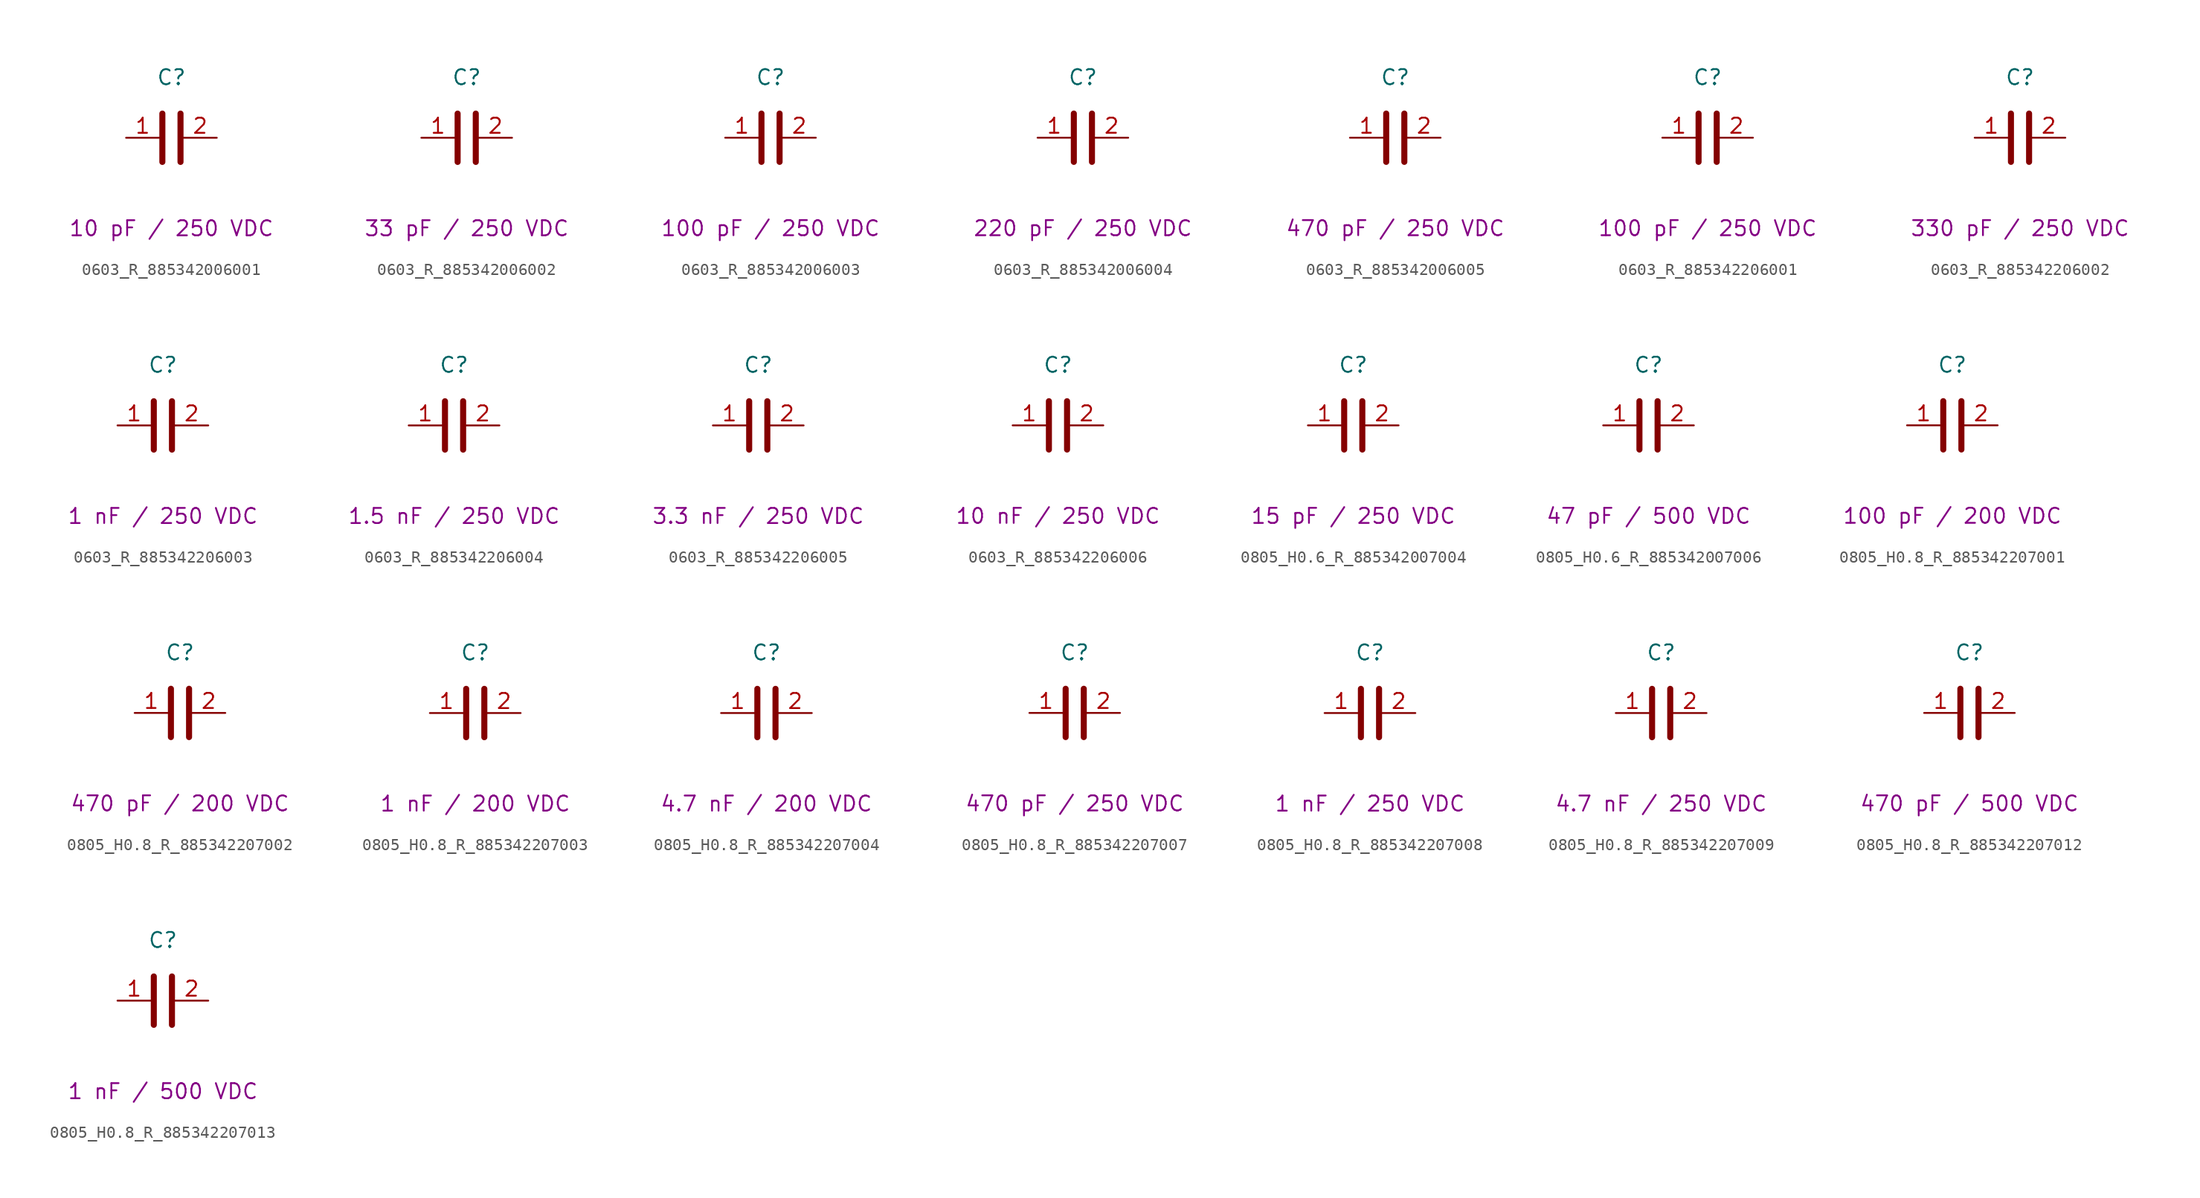
<source format=kicad_sym>
(kicad_symbol_lib
  (version 20220914)
  (generator kicad_symbol_editor)
  (symbol "0603_R_885342006001"
    (pin_names hide)
    (property "Reference" "C"
      (at 0 5.08 0)
      (effects (font (size 1.27 1.27))))
    (property "Critical Parameter" "10 pF / 250 VDC"
      (at 0 -7.62 0)
      (effects (font (size 1.27 1.27))))
    (symbol "0603_R_885342006001_0_1"
      (polyline (pts (xy -0.762 -2.032) (xy -0.762 2.032)) (stroke (width 0.508) (type default)) (fill (type none)))
      (polyline (pts (xy 0.762 -2.032) (xy 0.762 2.032)) (stroke (width 0.508) (type default)) (fill (type none))))
    (symbol "0603_R_885342006001_1_1"
      (pin passive line (at -3.81 0 0) (length 2.794) (name "1" (effects (font (size 1.27 1.27)))) (number "1" (effects (font (size 1.27 1.27)))))
      (pin passive line (at 3.81 0 180) (length 2.794) (name "2" (effects (font (size 1.27 1.27)))) (number "2" (effects (font (size 1.27 1.27)))))))
  (symbol "0603_R_885342006002"
    (pin_names hide)
    (property "Reference" "C"
      (at 0 5.08 0)
      (effects (font (size 1.27 1.27))))
    (property "Critical Parameter" "33 pF / 250 VDC"
      (at 0 -7.62 0)
      (effects (font (size 1.27 1.27))))
    (symbol "0603_R_885342006002_0_1"
      (polyline (pts (xy -0.762 -2.032) (xy -0.762 2.032)) (stroke (width 0.508) (type default)) (fill (type none)))
      (polyline (pts (xy 0.762 -2.032) (xy 0.762 2.032)) (stroke (width 0.508) (type default)) (fill (type none))))
    (symbol "0603_R_885342006002_1_1"
      (pin passive line (at -3.81 0 0) (length 2.794) (name "1" (effects (font (size 1.27 1.27)))) (number "1" (effects (font (size 1.27 1.27)))))
      (pin passive line (at 3.81 0 180) (length 2.794) (name "2" (effects (font (size 1.27 1.27)))) (number "2" (effects (font (size 1.27 1.27)))))))
  (symbol "0603_R_885342006003"
    (pin_names hide)
    (property "Reference" "C"
      (at 0 5.08 0)
      (effects (font (size 1.27 1.27))))
    (property "Critical Parameter" "100 pF / 250 VDC"
      (at 0 -7.62 0)
      (effects (font (size 1.27 1.27))))
    (symbol "0603_R_885342006003_0_1"
      (polyline (pts (xy -0.762 -2.032) (xy -0.762 2.032)) (stroke (width 0.508) (type default)) (fill (type none)))
      (polyline (pts (xy 0.762 -2.032) (xy 0.762 2.032)) (stroke (width 0.508) (type default)) (fill (type none))))
    (symbol "0603_R_885342006003_1_1"
      (pin passive line (at -3.81 0 0) (length 2.794) (name "1" (effects (font (size 1.27 1.27)))) (number "1" (effects (font (size 1.27 1.27)))))
      (pin passive line (at 3.81 0 180) (length 2.794) (name "2" (effects (font (size 1.27 1.27)))) (number "2" (effects (font (size 1.27 1.27)))))))
  (symbol "0603_R_885342006004"
    (pin_names hide)
    (property "Reference" "C"
      (at 0 5.08 0)
      (effects (font (size 1.27 1.27))))
    (property "Critical Parameter" "220 pF / 250 VDC"
      (at 0 -7.62 0)
      (effects (font (size 1.27 1.27))))
    (symbol "0603_R_885342006004_0_1"
      (polyline (pts (xy -0.762 -2.032) (xy -0.762 2.032)) (stroke (width 0.508) (type default)) (fill (type none)))
      (polyline (pts (xy 0.762 -2.032) (xy 0.762 2.032)) (stroke (width 0.508) (type default)) (fill (type none))))
    (symbol "0603_R_885342006004_1_1"
      (pin passive line (at -3.81 0 0) (length 2.794) (name "1" (effects (font (size 1.27 1.27)))) (number "1" (effects (font (size 1.27 1.27)))))
      (pin passive line (at 3.81 0 180) (length 2.794) (name "2" (effects (font (size 1.27 1.27)))) (number "2" (effects (font (size 1.27 1.27)))))))
  (symbol "0603_R_885342006005"
    (pin_names hide)
    (property "Reference" "C"
      (at 0 5.08 0)
      (effects (font (size 1.27 1.27))))
    (property "Critical Parameter" "470 pF / 250 VDC"
      (at 0 -7.62 0)
      (effects (font (size 1.27 1.27))))
    (symbol "0603_R_885342006005_0_1"
      (polyline (pts (xy -0.762 -2.032) (xy -0.762 2.032)) (stroke (width 0.508) (type default)) (fill (type none)))
      (polyline (pts (xy 0.762 -2.032) (xy 0.762 2.032)) (stroke (width 0.508) (type default)) (fill (type none))))
    (symbol "0603_R_885342006005_1_1"
      (pin passive line (at -3.81 0 0) (length 2.794) (name "1" (effects (font (size 1.27 1.27)))) (number "1" (effects (font (size 1.27 1.27)))))
      (pin passive line (at 3.81 0 180) (length 2.794) (name "2" (effects (font (size 1.27 1.27)))) (number "2" (effects (font (size 1.27 1.27)))))))
  (symbol "0603_R_885342206001"
    (pin_names hide)
    (property "Reference" "C"
      (at 0 5.08 0)
      (effects (font (size 1.27 1.27))))
    (property "Critical Parameter" "100 pF / 250 VDC"
      (at 0 -7.62 0)
      (effects (font (size 1.27 1.27))))
    (symbol "0603_R_885342206001_0_1"
      (polyline (pts (xy -0.762 -2.032) (xy -0.762 2.032)) (stroke (width 0.508) (type default)) (fill (type none)))
      (polyline (pts (xy 0.762 -2.032) (xy 0.762 2.032)) (stroke (width 0.508) (type default)) (fill (type none))))
    (symbol "0603_R_885342206001_1_1"
      (pin passive line (at -3.81 0 0) (length 2.794) (name "1" (effects (font (size 1.27 1.27)))) (number "1" (effects (font (size 1.27 1.27)))))
      (pin passive line (at 3.81 0 180) (length 2.794) (name "2" (effects (font (size 1.27 1.27)))) (number "2" (effects (font (size 1.27 1.27)))))))
  (symbol "0603_R_885342206002"
    (pin_names hide)
    (property "Reference" "C"
      (at 0 5.08 0)
      (effects (font (size 1.27 1.27))))
    (property "Critical Parameter" "330 pF / 250 VDC"
      (at 0 -7.62 0)
      (effects (font (size 1.27 1.27))))
    (symbol "0603_R_885342206002_0_1"
      (polyline (pts (xy -0.762 -2.032) (xy -0.762 2.032)) (stroke (width 0.508) (type default)) (fill (type none)))
      (polyline (pts (xy 0.762 -2.032) (xy 0.762 2.032)) (stroke (width 0.508) (type default)) (fill (type none))))
    (symbol "0603_R_885342206002_1_1"
      (pin passive line (at -3.81 0 0) (length 2.794) (name "1" (effects (font (size 1.27 1.27)))) (number "1" (effects (font (size 1.27 1.27)))))
      (pin passive line (at 3.81 0 180) (length 2.794) (name "2" (effects (font (size 1.27 1.27)))) (number "2" (effects (font (size 1.27 1.27)))))))
  (symbol "0603_R_885342206003"
    (pin_names hide)
    (property "Reference" "C"
      (at 0 5.08 0)
      (effects (font (size 1.27 1.27))))
    (property "Critical Parameter" "1 nF / 250 VDC"
      (at 0 -7.62 0)
      (effects (font (size 1.27 1.27))))
    (symbol "0603_R_885342206003_0_1"
      (polyline (pts (xy -0.762 -2.032) (xy -0.762 2.032)) (stroke (width 0.508) (type default)) (fill (type none)))
      (polyline (pts (xy 0.762 -2.032) (xy 0.762 2.032)) (stroke (width 0.508) (type default)) (fill (type none))))
    (symbol "0603_R_885342206003_1_1"
      (pin passive line (at -3.81 0 0) (length 2.794) (name "1" (effects (font (size 1.27 1.27)))) (number "1" (effects (font (size 1.27 1.27)))))
      (pin passive line (at 3.81 0 180) (length 2.794) (name "2" (effects (font (size 1.27 1.27)))) (number "2" (effects (font (size 1.27 1.27)))))))
  (symbol "0603_R_885342206004"
    (pin_names hide)
    (property "Reference" "C"
      (at 0 5.08 0)
      (effects (font (size 1.27 1.27))))
    (property "Critical Parameter" "1.5 nF / 250 VDC"
      (at 0 -7.62 0)
      (effects (font (size 1.27 1.27))))
    (symbol "0603_R_885342206004_0_1"
      (polyline (pts (xy -0.762 -2.032) (xy -0.762 2.032)) (stroke (width 0.508) (type default)) (fill (type none)))
      (polyline (pts (xy 0.762 -2.032) (xy 0.762 2.032)) (stroke (width 0.508) (type default)) (fill (type none))))
    (symbol "0603_R_885342206004_1_1"
      (pin passive line (at -3.81 0 0) (length 2.794) (name "1" (effects (font (size 1.27 1.27)))) (number "1" (effects (font (size 1.27 1.27)))))
      (pin passive line (at 3.81 0 180) (length 2.794) (name "2" (effects (font (size 1.27 1.27)))) (number "2" (effects (font (size 1.27 1.27)))))))
  (symbol "0603_R_885342206005"
    (pin_names hide)
    (property "Reference" "C"
      (at 0 5.08 0)
      (effects (font (size 1.27 1.27))))
    (property "Critical Parameter" "3.3 nF / 250 VDC"
      (at 0 -7.62 0)
      (effects (font (size 1.27 1.27))))
    (symbol "0603_R_885342206005_0_1"
      (polyline (pts (xy -0.762 -2.032) (xy -0.762 2.032)) (stroke (width 0.508) (type default)) (fill (type none)))
      (polyline (pts (xy 0.762 -2.032) (xy 0.762 2.032)) (stroke (width 0.508) (type default)) (fill (type none))))
    (symbol "0603_R_885342206005_1_1"
      (pin passive line (at -3.81 0 0) (length 2.794) (name "1" (effects (font (size 1.27 1.27)))) (number "1" (effects (font (size 1.27 1.27)))))
      (pin passive line (at 3.81 0 180) (length 2.794) (name "2" (effects (font (size 1.27 1.27)))) (number "2" (effects (font (size 1.27 1.27)))))))
  (symbol "0603_R_885342206006"
    (pin_names hide)
    (property "Reference" "C"
      (at 0 5.08 0)
      (effects (font (size 1.27 1.27))))
    (property "Critical Parameter" "10 nF / 250 VDC"
      (at 0 -7.62 0)
      (effects (font (size 1.27 1.27))))
    (symbol "0603_R_885342206006_0_1"
      (polyline (pts (xy -0.762 -2.032) (xy -0.762 2.032)) (stroke (width 0.508) (type default)) (fill (type none)))
      (polyline (pts (xy 0.762 -2.032) (xy 0.762 2.032)) (stroke (width 0.508) (type default)) (fill (type none))))
    (symbol "0603_R_885342206006_1_1"
      (pin passive line (at -3.81 0 0) (length 2.794) (name "1" (effects (font (size 1.27 1.27)))) (number "1" (effects (font (size 1.27 1.27)))))
      (pin passive line (at 3.81 0 180) (length 2.794) (name "2" (effects (font (size 1.27 1.27)))) (number "2" (effects (font (size 1.27 1.27)))))))
  (symbol "0805_H0.6_R_885342007004"
    (pin_names hide)
    (property "Reference" "C"
      (at 0 5.08 0)
      (effects (font (size 1.27 1.27))))
    (property "Critical Parameter" "15 pF / 250 VDC"
      (at 0 -7.62 0)
      (effects (font (size 1.27 1.27))))
    (symbol "0805_H0.6_R_885342007004_0_1"
      (polyline (pts (xy -0.762 -2.032) (xy -0.762 2.032)) (stroke (width 0.508) (type default)) (fill (type none)))
      (polyline (pts (xy 0.762 -2.032) (xy 0.762 2.032)) (stroke (width 0.508) (type default)) (fill (type none))))
    (symbol "0805_H0.6_R_885342007004_1_1"
      (pin passive line (at -3.81 0 0) (length 2.794) (name "1" (effects (font (size 1.27 1.27)))) (number "1" (effects (font (size 1.27 1.27)))))
      (pin passive line (at 3.81 0 180) (length 2.794) (name "2" (effects (font (size 1.27 1.27)))) (number "2" (effects (font (size 1.27 1.27)))))))
  (symbol "0805_H0.6_R_885342007006"
    (pin_names hide)
    (property "Reference" "C"
      (at 0 5.08 0)
      (effects (font (size 1.27 1.27))))
    (property "Critical Parameter" "47 pF / 500 VDC"
      (at 0 -7.62 0)
      (effects (font (size 1.27 1.27))))
    (symbol "0805_H0.6_R_885342007006_0_1"
      (polyline (pts (xy -0.762 -2.032) (xy -0.762 2.032)) (stroke (width 0.508) (type default)) (fill (type none)))
      (polyline (pts (xy 0.762 -2.032) (xy 0.762 2.032)) (stroke (width 0.508) (type default)) (fill (type none))))
    (symbol "0805_H0.6_R_885342007006_1_1"
      (pin passive line (at -3.81 0 0) (length 2.794) (name "1" (effects (font (size 1.27 1.27)))) (number "1" (effects (font (size 1.27 1.27)))))
      (pin passive line (at 3.81 0 180) (length 2.794) (name "2" (effects (font (size 1.27 1.27)))) (number "2" (effects (font (size 1.27 1.27)))))))
  (symbol "0805_H0.8_R_885342207001"
    (pin_names hide)
    (property "Reference" "C"
      (at 0 5.08 0)
      (effects (font (size 1.27 1.27))))
    (property "Critical Parameter" "100 pF / 200 VDC"
      (at 0 -7.62 0)
      (effects (font (size 1.27 1.27))))
    (symbol "0805_H0.8_R_885342207001_0_1"
      (polyline (pts (xy -0.762 -2.032) (xy -0.762 2.032)) (stroke (width 0.508) (type default)) (fill (type none)))
      (polyline (pts (xy 0.762 -2.032) (xy 0.762 2.032)) (stroke (width 0.508) (type default)) (fill (type none))))
    (symbol "0805_H0.8_R_885342207001_1_1"
      (pin passive line (at -3.81 0 0) (length 2.794) (name "1" (effects (font (size 1.27 1.27)))) (number "1" (effects (font (size 1.27 1.27)))))
      (pin passive line (at 3.81 0 180) (length 2.794) (name "2" (effects (font (size 1.27 1.27)))) (number "2" (effects (font (size 1.27 1.27)))))))
  (symbol "0805_H0.8_R_885342207002"
    (pin_names hide)
    (property "Reference" "C"
      (at 0 5.08 0)
      (effects (font (size 1.27 1.27))))
    (property "Critical Parameter" "470 pF / 200 VDC"
      (at 0 -7.62 0)
      (effects (font (size 1.27 1.27))))
    (symbol "0805_H0.8_R_885342207002_0_1"
      (polyline (pts (xy -0.762 -2.032) (xy -0.762 2.032)) (stroke (width 0.508) (type default)) (fill (type none)))
      (polyline (pts (xy 0.762 -2.032) (xy 0.762 2.032)) (stroke (width 0.508) (type default)) (fill (type none))))
    (symbol "0805_H0.8_R_885342207002_1_1"
      (pin passive line (at -3.81 0 0) (length 2.794) (name "1" (effects (font (size 1.27 1.27)))) (number "1" (effects (font (size 1.27 1.27)))))
      (pin passive line (at 3.81 0 180) (length 2.794) (name "2" (effects (font (size 1.27 1.27)))) (number "2" (effects (font (size 1.27 1.27)))))))
  (symbol "0805_H0.8_R_885342207003"
    (pin_names hide)
    (property "Reference" "C"
      (at 0 5.08 0)
      (effects (font (size 1.27 1.27))))
    (property "Critical Parameter" "1 nF / 200 VDC"
      (at 0 -7.62 0)
      (effects (font (size 1.27 1.27))))
    (symbol "0805_H0.8_R_885342207003_0_1"
      (polyline (pts (xy -0.762 -2.032) (xy -0.762 2.032)) (stroke (width 0.508) (type default)) (fill (type none)))
      (polyline (pts (xy 0.762 -2.032) (xy 0.762 2.032)) (stroke (width 0.508) (type default)) (fill (type none))))
    (symbol "0805_H0.8_R_885342207003_1_1"
      (pin passive line (at -3.81 0 0) (length 2.794) (name "1" (effects (font (size 1.27 1.27)))) (number "1" (effects (font (size 1.27 1.27)))))
      (pin passive line (at 3.81 0 180) (length 2.794) (name "2" (effects (font (size 1.27 1.27)))) (number "2" (effects (font (size 1.27 1.27)))))))
  (symbol "0805_H0.8_R_885342207004"
    (pin_names hide)
    (property "Reference" "C"
      (at 0 5.08 0)
      (effects (font (size 1.27 1.27))))
    (property "Critical Parameter" "4.7 nF / 200 VDC"
      (at 0 -7.62 0)
      (effects (font (size 1.27 1.27))))
    (symbol "0805_H0.8_R_885342207004_0_1"
      (polyline (pts (xy -0.762 -2.032) (xy -0.762 2.032)) (stroke (width 0.508) (type default)) (fill (type none)))
      (polyline (pts (xy 0.762 -2.032) (xy 0.762 2.032)) (stroke (width 0.508) (type default)) (fill (type none))))
    (symbol "0805_H0.8_R_885342207004_1_1"
      (pin passive line (at -3.81 0 0) (length 2.794) (name "1" (effects (font (size 1.27 1.27)))) (number "1" (effects (font (size 1.27 1.27)))))
      (pin passive line (at 3.81 0 180) (length 2.794) (name "2" (effects (font (size 1.27 1.27)))) (number "2" (effects (font (size 1.27 1.27)))))))
  (symbol "0805_H0.8_R_885342207007"
    (pin_names hide)
    (property "Reference" "C"
      (at 0 5.08 0)
      (effects (font (size 1.27 1.27))))
    (property "Critical Parameter" "470 pF / 250 VDC"
      (at 0 -7.62 0)
      (effects (font (size 1.27 1.27))))
    (symbol "0805_H0.8_R_885342207007_0_1"
      (polyline (pts (xy -0.762 -2.032) (xy -0.762 2.032)) (stroke (width 0.508) (type default)) (fill (type none)))
      (polyline (pts (xy 0.762 -2.032) (xy 0.762 2.032)) (stroke (width 0.508) (type default)) (fill (type none))))
    (symbol "0805_H0.8_R_885342207007_1_1"
      (pin passive line (at -3.81 0 0) (length 2.794) (name "1" (effects (font (size 1.27 1.27)))) (number "1" (effects (font (size 1.27 1.27)))))
      (pin passive line (at 3.81 0 180) (length 2.794) (name "2" (effects (font (size 1.27 1.27)))) (number "2" (effects (font (size 1.27 1.27)))))))
  (symbol "0805_H0.8_R_885342207008"
    (pin_names hide)
    (property "Reference" "C"
      (at 0 5.08 0)
      (effects (font (size 1.27 1.27))))
    (property "Critical Parameter" "1 nF / 250 VDC"
      (at 0 -7.62 0)
      (effects (font (size 1.27 1.27))))
    (symbol "0805_H0.8_R_885342207008_0_1"
      (polyline (pts (xy -0.762 -2.032) (xy -0.762 2.032)) (stroke (width 0.508) (type default)) (fill (type none)))
      (polyline (pts (xy 0.762 -2.032) (xy 0.762 2.032)) (stroke (width 0.508) (type default)) (fill (type none))))
    (symbol "0805_H0.8_R_885342207008_1_1"
      (pin passive line (at -3.81 0 0) (length 2.794) (name "1" (effects (font (size 1.27 1.27)))) (number "1" (effects (font (size 1.27 1.27)))))
      (pin passive line (at 3.81 0 180) (length 2.794) (name "2" (effects (font (size 1.27 1.27)))) (number "2" (effects (font (size 1.27 1.27)))))))
  (symbol "0805_H0.8_R_885342207009"
    (pin_names hide)
    (property "Reference" "C"
      (at 0 5.08 0)
      (effects (font (size 1.27 1.27))))
    (property "Critical Parameter" "4.7 nF / 250 VDC"
      (at 0 -7.62 0)
      (effects (font (size 1.27 1.27))))
    (symbol "0805_H0.8_R_885342207009_0_1"
      (polyline (pts (xy -0.762 -2.032) (xy -0.762 2.032)) (stroke (width 0.508) (type default)) (fill (type none)))
      (polyline (pts (xy 0.762 -2.032) (xy 0.762 2.032)) (stroke (width 0.508) (type default)) (fill (type none))))
    (symbol "0805_H0.8_R_885342207009_1_1"
      (pin passive line (at -3.81 0 0) (length 2.794) (name "1" (effects (font (size 1.27 1.27)))) (number "1" (effects (font (size 1.27 1.27)))))
      (pin passive line (at 3.81 0 180) (length 2.794) (name "2" (effects (font (size 1.27 1.27)))) (number "2" (effects (font (size 1.27 1.27)))))))
  (symbol "0805_H0.8_R_885342207012"
    (pin_names hide)
    (property "Reference" "C"
      (at 0 5.08 0)
      (effects (font (size 1.27 1.27))))
    (property "Critical Parameter" "470 pF / 500 VDC"
      (at 0 -7.62 0)
      (effects (font (size 1.27 1.27))))
    (symbol "0805_H0.8_R_885342207012_0_1"
      (polyline (pts (xy -0.762 -2.032) (xy -0.762 2.032)) (stroke (width 0.508) (type default)) (fill (type none)))
      (polyline (pts (xy 0.762 -2.032) (xy 0.762 2.032)) (stroke (width 0.508) (type default)) (fill (type none))))
    (symbol "0805_H0.8_R_885342207012_1_1"
      (pin passive line (at -3.81 0 0) (length 2.794) (name "1" (effects (font (size 1.27 1.27)))) (number "1" (effects (font (size 1.27 1.27)))))
      (pin passive line (at 3.81 0 180) (length 2.794) (name "2" (effects (font (size 1.27 1.27)))) (number "2" (effects (font (size 1.27 1.27)))))))
  (symbol "0805_H0.8_R_885342207013"
    (pin_names hide)
    (property "Reference" "C"
      (at 0 5.08 0)
      (effects (font (size 1.27 1.27))))
    (property "Critical Parameter" "1 nF / 500 VDC"
      (at 0 -7.62 0)
      (effects (font (size 1.27 1.27))))
    (symbol "0805_H0.8_R_885342207013_0_1"
      (polyline (pts (xy -0.762 -2.032) (xy -0.762 2.032)) (stroke (width 0.508) (type default)) (fill (type none)))
      (polyline (pts (xy 0.762 -2.032) (xy 0.762 2.032)) (stroke (width 0.508) (type default)) (fill (type none))))
    (symbol "0805_H0.8_R_885342207013_1_1"
      (pin passive line (at -3.81 0 0) (length 2.794) (name "1" (effects (font (size 1.27 1.27)))) (number "1" (effects (font (size 1.27 1.27)))))
      (pin passive line (at 3.81 0 180) (length 2.794) (name "2" (effects (font (size 1.27 1.27)))) (number "2" (effects (font (size 1.27 1.27))))))))
</source>
